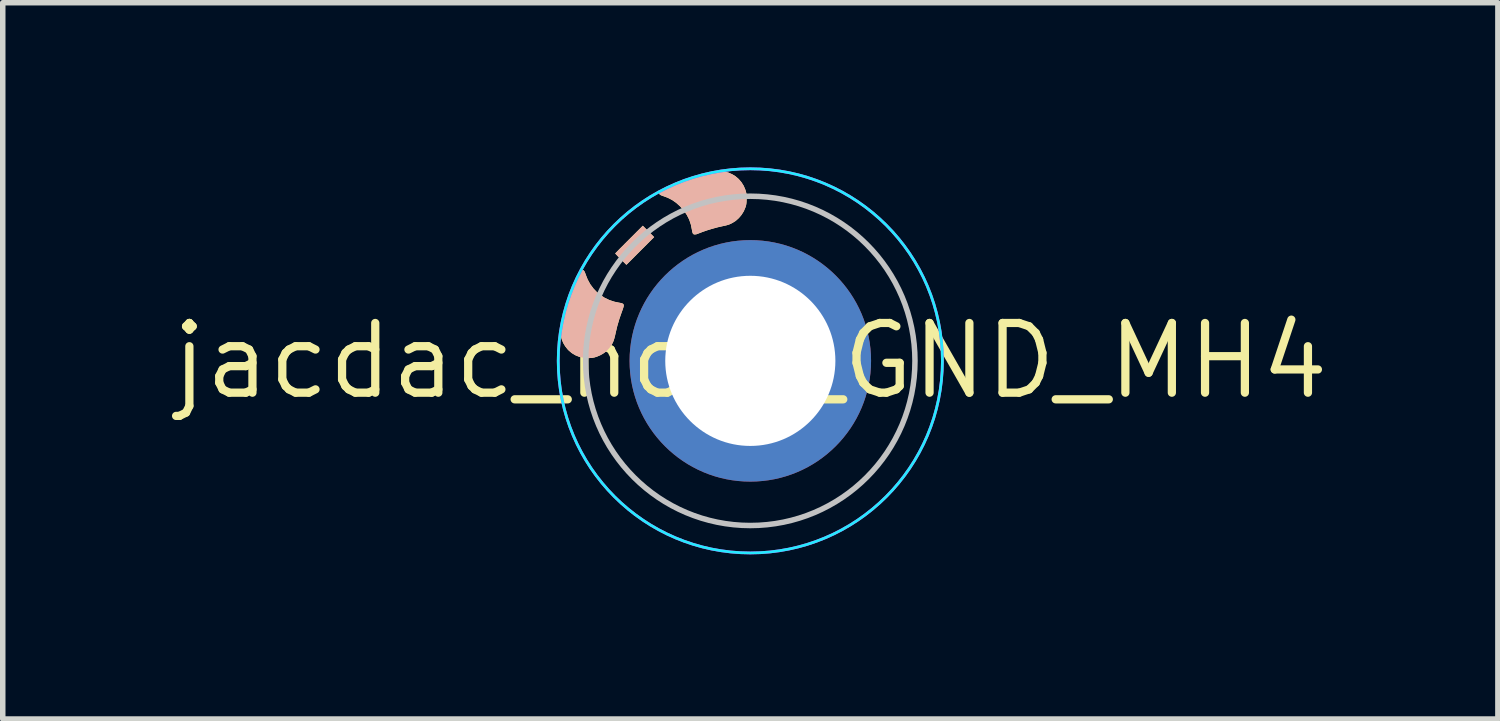
<source format=kicad_pcb>
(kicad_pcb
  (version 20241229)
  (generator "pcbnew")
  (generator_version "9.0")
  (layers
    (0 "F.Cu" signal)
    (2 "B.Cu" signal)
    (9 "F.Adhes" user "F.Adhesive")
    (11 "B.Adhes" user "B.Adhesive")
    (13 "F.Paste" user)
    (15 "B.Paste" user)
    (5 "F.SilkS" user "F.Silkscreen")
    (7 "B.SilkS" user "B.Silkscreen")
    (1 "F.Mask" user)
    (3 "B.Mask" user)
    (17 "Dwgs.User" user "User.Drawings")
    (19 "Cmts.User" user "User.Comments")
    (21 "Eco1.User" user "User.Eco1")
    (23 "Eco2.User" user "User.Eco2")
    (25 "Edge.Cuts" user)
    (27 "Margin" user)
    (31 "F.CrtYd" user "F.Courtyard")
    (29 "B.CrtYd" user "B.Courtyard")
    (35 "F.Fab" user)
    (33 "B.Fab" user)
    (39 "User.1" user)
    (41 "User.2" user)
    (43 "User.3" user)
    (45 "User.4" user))
  (footprint "jacdac_hole_GND_MH4"
    (layer "F.Cu")
    (at 10.621 3.525)
    (property "Reference" "jacdac_hole_GND_MH4" (at 0 0 0) (layer "F.SilkS") (effects (font (size 1.27 1.27) (thickness 0.15))))
    (attr through_hole exclude_from_bom)
    (fp_circle (center 0 0) (end 2.5 0) (stroke (width 0) (type solid)) (fill yes) (layer "F.Mask"))
    (fp_circle (center 0 0) (end 2.5 0) (stroke (width 0) (type solid)) (fill yes) (layer "B.Mask"))
    (fp_poly (pts (xy -2.005 -2.003) (xy -2.258 -1.75) (xy -2.36 -1.852) (xy -2.389 -1.881) (xy -2.415 -1.907) (xy -2.436 -1.929) (xy -2.452 -1.946) (xy -2.46 -1.955) (xy -2.461 -1.957) (xy -2.457 -1.962) (xy -2.444 -1.975) (xy -2.424 -1.995) (xy -2.398 -2.022) (xy -2.366 -2.055) (xy -2.328 -2.092) (xy -2.287 -2.134) (xy -2.242 -2.179) (xy -2.21 -2.211) (xy -1.959 -2.462) (xy -1.856 -2.358) (xy -1.753 -2.255)) (stroke (width 0) (type solid)) (fill yes) (layer "F.SilkS"))
    (fp_poly (pts (xy -2.31 -0.984) (xy -2.32 -0.952) (xy -2.335 -0.909) (xy -2.34 -0.896) (xy -2.386 -0.764) (xy -2.425 -0.631) (xy -2.452 -0.516) (xy -2.465 -0.458) (xy -2.477 -0.411) (xy -2.489 -0.372) (xy -2.502 -0.339) (xy -2.517 -0.31) (xy -2.526 -0.294) (xy -2.571 -0.23) (xy -2.622 -0.177) (xy -2.682 -0.132) (xy -2.738 -0.101) (xy -2.792 -0.078) (xy -2.842 -0.062) (xy -2.895 -0.053) (xy -2.953 -0.05) (xy -2.962 -0.05) (xy -3.042 -0.056) (xy -3.118 -0.074) (xy -3.189 -0.103) (xy -3.255 -0.143) (xy -3.314 -0.194) (xy -3.323 -0.203) (xy -3.372 -0.264) (xy -3.41 -0.328) (xy -3.437 -0.396) (xy -3.453 -0.469) (xy -3.459 -0.548) (xy -3.453 -0.633) (xy -3.44 -0.711) (xy -3.392 -0.913) (xy -3.332 -1.112) (xy -3.261 -1.306) (xy -3.18 -1.493) (xy -3.166 -1.524) (xy -3.145 -1.567) (xy -3.128 -1.6) (xy -3.114 -1.624) (xy -3.102 -1.641) (xy -3.092 -1.651) (xy -3.082 -1.656) (xy -3.071 -1.658) (xy -3.068 -1.658) (xy -3.05 -1.656) (xy -3.036 -1.648) (xy -3.023 -1.632) (xy -3.012 -1.608) (xy -2.999 -1.573) (xy -2.999 -1.572) (xy -2.963 -1.481) (xy -2.916 -1.396) (xy -2.859 -1.319) (xy -2.802 -1.259) (xy -2.73 -1.198) (xy -2.652 -1.148) (xy -2.568 -1.108) (xy -2.478 -1.078) (xy -2.397 -1.061) (xy -2.363 -1.055) (xy -2.337 -1.048) (xy -2.319 -1.039) (xy -2.309 -1.026) (xy -2.306 -1.009)) (stroke (width 0) (type solid)) (fill yes) (layer "F.SilkS"))
    (fp_poly (pts (xy -0.068 -2.936) (xy -0.068 -2.936) (xy -0.069 -2.896) (xy -0.072 -2.866) (xy -0.076 -2.842) (xy -0.082 -2.818) (xy -0.088 -2.799) (xy -0.119 -2.726) (xy -0.16 -2.66) (xy -0.21 -2.601) (xy -0.267 -2.55) (xy -0.332 -2.51) (xy -0.336 -2.508) (xy -0.363 -2.495) (xy -0.388 -2.484) (xy -0.414 -2.476) (xy -0.445 -2.467) (xy -0.483 -2.459) (xy -0.501 -2.455) (xy -0.594 -2.434) (xy -0.689 -2.408) (xy -0.782 -2.38) (xy -0.871 -2.349) (xy -0.949 -2.319) (xy -0.985 -2.306) (xy -1.013 -2.303) (xy -1.033 -2.307) (xy -1.047 -2.321) (xy -1.052 -2.333) (xy -1.058 -2.355) (xy -1.063 -2.381) (xy -1.064 -2.388) (xy -1.083 -2.482) (xy -1.113 -2.572) (xy -1.156 -2.657) (xy -1.21 -2.737) (xy -1.276 -2.812) (xy -1.279 -2.815) (xy -1.35 -2.879) (xy -1.425 -2.931) (xy -1.505 -2.972) (xy -1.586 -3.002) (xy -1.62 -3.014) (xy -1.643 -3.025) (xy -1.651 -3.032) (xy -1.658 -3.05) (xy -1.66 -3.073) (xy -1.657 -3.092) (xy -1.649 -3.1) (xy -1.631 -3.111) (xy -1.604 -3.126) (xy -1.57 -3.144) (xy -1.529 -3.164) (xy -1.484 -3.186) (xy -1.436 -3.208) (xy -1.386 -3.23) (xy -1.335 -3.251) (xy -1.299 -3.266) (xy -1.212 -3.298) (xy -1.118 -3.331) (xy -1.018 -3.362) (xy -0.918 -3.391) (xy -0.82 -3.416) (xy -0.729 -3.437) (xy -0.713 -3.44) (xy -0.625 -3.453) (xy -0.543 -3.456) (xy -0.467 -3.448) (xy -0.396 -3.429) (xy -0.329 -3.399) (xy -0.273 -3.365) (xy -0.213 -3.314) (xy -0.162 -3.255) (xy -0.12 -3.188) (xy -0.089 -3.114) (xy -0.078 -3.075) (xy -0.072 -3.05) (xy -0.069 -3.027) (xy -0.067 -3.003) (xy -0.067 -2.974)) (stroke (width 0) (type solid)) (fill yes) (layer "F.SilkS"))
    (fp_poly (pts (xy -2.005 -2.003) (xy -2.258 -1.75) (xy -2.36 -1.852) (xy -2.389 -1.881) (xy -2.415 -1.907) (xy -2.436 -1.929) (xy -2.452 -1.946) (xy -2.46 -1.955) (xy -2.461 -1.957) (xy -2.457 -1.962) (xy -2.444 -1.975) (xy -2.424 -1.995) (xy -2.398 -2.022) (xy -2.366 -2.055) (xy -2.328 -2.092) (xy -2.287 -2.134) (xy -2.242 -2.179) (xy -2.21 -2.211) (xy -1.959 -2.462) (xy -1.856 -2.358) (xy -1.753 -2.255)) (stroke (width 0) (type solid)) (fill yes) (layer "B.SilkS"))
    (fp_poly (pts (xy -2.31 -0.984) (xy -2.32 -0.952) (xy -2.335 -0.909) (xy -2.34 -0.896) (xy -2.386 -0.764) (xy -2.425 -0.631) (xy -2.452 -0.516) (xy -2.465 -0.458) (xy -2.477 -0.411) (xy -2.489 -0.372) (xy -2.502 -0.339) (xy -2.517 -0.31) (xy -2.526 -0.294) (xy -2.571 -0.23) (xy -2.622 -0.177) (xy -2.682 -0.132) (xy -2.738 -0.101) (xy -2.792 -0.078) (xy -2.842 -0.062) (xy -2.895 -0.053) (xy -2.953 -0.05) (xy -2.962 -0.05) (xy -3.042 -0.056) (xy -3.118 -0.074) (xy -3.189 -0.103) (xy -3.255 -0.143) (xy -3.314 -0.194) (xy -3.323 -0.203) (xy -3.372 -0.264) (xy -3.41 -0.328) (xy -3.437 -0.396) (xy -3.453 -0.469) (xy -3.459 -0.548) (xy -3.453 -0.633) (xy -3.44 -0.711) (xy -3.392 -0.913) (xy -3.332 -1.112) (xy -3.261 -1.306) (xy -3.18 -1.493) (xy -3.166 -1.524) (xy -3.145 -1.567) (xy -3.128 -1.6) (xy -3.114 -1.624) (xy -3.102 -1.641) (xy -3.092 -1.651) (xy -3.082 -1.656) (xy -3.071 -1.658) (xy -3.068 -1.658) (xy -3.05 -1.656) (xy -3.036 -1.648) (xy -3.023 -1.632) (xy -3.012 -1.608) (xy -2.999 -1.573) (xy -2.999 -1.572) (xy -2.963 -1.481) (xy -2.916 -1.396) (xy -2.859 -1.319) (xy -2.802 -1.259) (xy -2.73 -1.198) (xy -2.652 -1.148) (xy -2.568 -1.108) (xy -2.478 -1.078) (xy -2.397 -1.061) (xy -2.363 -1.055) (xy -2.337 -1.048) (xy -2.319 -1.039) (xy -2.309 -1.026) (xy -2.306 -1.009)) (stroke (width 0) (type solid)) (fill yes) (layer "B.SilkS"))
    (fp_poly (pts (xy -0.068 -2.936) (xy -0.068 -2.936) (xy -0.069 -2.896) (xy -0.072 -2.866) (xy -0.076 -2.842) (xy -0.082 -2.818) (xy -0.088 -2.799) (xy -0.119 -2.726) (xy -0.16 -2.66) (xy -0.21 -2.601) (xy -0.267 -2.55) (xy -0.332 -2.51) (xy -0.336 -2.508) (xy -0.363 -2.495) (xy -0.388 -2.484) (xy -0.414 -2.476) (xy -0.445 -2.467) (xy -0.483 -2.459) (xy -0.501 -2.455) (xy -0.594 -2.434) (xy -0.689 -2.408) (xy -0.782 -2.38) (xy -0.871 -2.349) (xy -0.949 -2.319) (xy -0.985 -2.306) (xy -1.013 -2.303) (xy -1.033 -2.307) (xy -1.047 -2.321) (xy -1.052 -2.333) (xy -1.058 -2.355) (xy -1.063 -2.381) (xy -1.064 -2.388) (xy -1.083 -2.482) (xy -1.113 -2.572) (xy -1.156 -2.657) (xy -1.21 -2.737) (xy -1.276 -2.812) (xy -1.279 -2.815) (xy -1.35 -2.879) (xy -1.425 -2.931) (xy -1.505 -2.972) (xy -1.586 -3.002) (xy -1.62 -3.014) (xy -1.643 -3.025) (xy -1.651 -3.032) (xy -1.658 -3.05) (xy -1.66 -3.073) (xy -1.657 -3.092) (xy -1.649 -3.1) (xy -1.631 -3.111) (xy -1.604 -3.126) (xy -1.57 -3.144) (xy -1.529 -3.164) (xy -1.484 -3.186) (xy -1.436 -3.208) (xy -1.386 -3.23) (xy -1.335 -3.251) (xy -1.299 -3.266) (xy -1.212 -3.298) (xy -1.118 -3.331) (xy -1.018 -3.362) (xy -0.918 -3.391) (xy -0.82 -3.416) (xy -0.729 -3.437) (xy -0.713 -3.44) (xy -0.625 -3.453) (xy -0.543 -3.456) (xy -0.467 -3.448) (xy -0.396 -3.429) (xy -0.329 -3.399) (xy -0.273 -3.365) (xy -0.213 -3.314) (xy -0.162 -3.255) (xy -0.12 -3.188) (xy -0.089 -3.114) (xy -0.078 -3.075) (xy -0.072 -3.05) (xy -0.069 -3.027) (xy -0.067 -3.003) (xy -0.067 -2.974)) (stroke (width 0) (type solid)) (fill yes) (layer "B.SilkS"))
    (fp_circle (center 0 0) (end 0 -3) (stroke (width 0.1) (type default)) (fill no) (layer "Dwgs.User"))
    (fp_circle (center 0 0) (end 3.5 0) (stroke (width 0.05) (type default)) (fill no) (layer "B.CrtYd"))
    (fp_circle (center 0 0) (end 3.5 0) (stroke (width 0.05) (type default)) (fill no) (layer "F.CrtYd"))
    (pad "MH4" thru_hole circle (at 0 0 90) (size 4.4 4.4) (drill 3.1) (layers "*.Cu"))
    (zone (net_name "") (layers "F.Cu" "B.Cu") (hatch edge 0.508) (connect_pads) (min_thickness 0.254) (filled_areas_thickness no) (keepout (tracks allowed) (vias allowed) (pads allowed) (copperpour not_allowed) (footprints allowed)) (placement (enabled no)) (fill) (polygon (pts (xy 10.621 0.52) (xy 10.272 0.54) (xy 9.928 0.601) (xy 9.593 0.701) (xy 9.272 0.84) (xy 8.97 1.014) (xy 8.689 1.223) (xy 8.435 1.463) (xy 8.21 1.73) (xy 8.018 2.022) (xy 7.862 2.335) (xy 7.742 2.663) (xy 7.661 3.003) (xy 7.621 3.35) (xy 7.621 3.7) (xy 7.661 4.047) (xy 7.742 4.387) (xy 7.862 4.715) (xy 8.018 5.028) (xy 8.21 5.32) (xy 8.435 5.587) (xy 8.689 5.827) (xy 8.97 6.036) (xy 9.272 6.21) (xy 9.593 6.349) (xy 9.928 6.449) (xy 10.272 6.51) (xy 10.621 6.53) (xy 10.97 6.51) (xy 11.314 6.449) (xy 11.649 6.349) (xy 11.97 6.21) (xy 12.272 6.036) (xy 12.552 5.827) (xy 12.807 5.587) (xy 13.031 5.32) (xy 13.223 5.028) (xy 13.38 4.715) (xy 13.5 4.387) (xy 13.58 4.047) (xy 13.621 3.7) (xy 13.621 3.35) (xy 13.58 3.003) (xy 13.5 2.663) (xy 13.38 2.335) (xy 13.223 2.022) (xy 13.031 1.73) (xy 12.807 1.463) (xy 12.552 1.223) (xy 12.272 1.014) (xy 11.97 0.84) (xy 11.649 0.701) (xy 11.314 0.601) (xy 10.97 0.54)))))
  (gr_rect
    (start -3 -3)
    (end 24.242 10.05)
    (stroke (width 0.1) (type default))
    (fill no)
    (layer "Edge.Cuts")))
</source>
